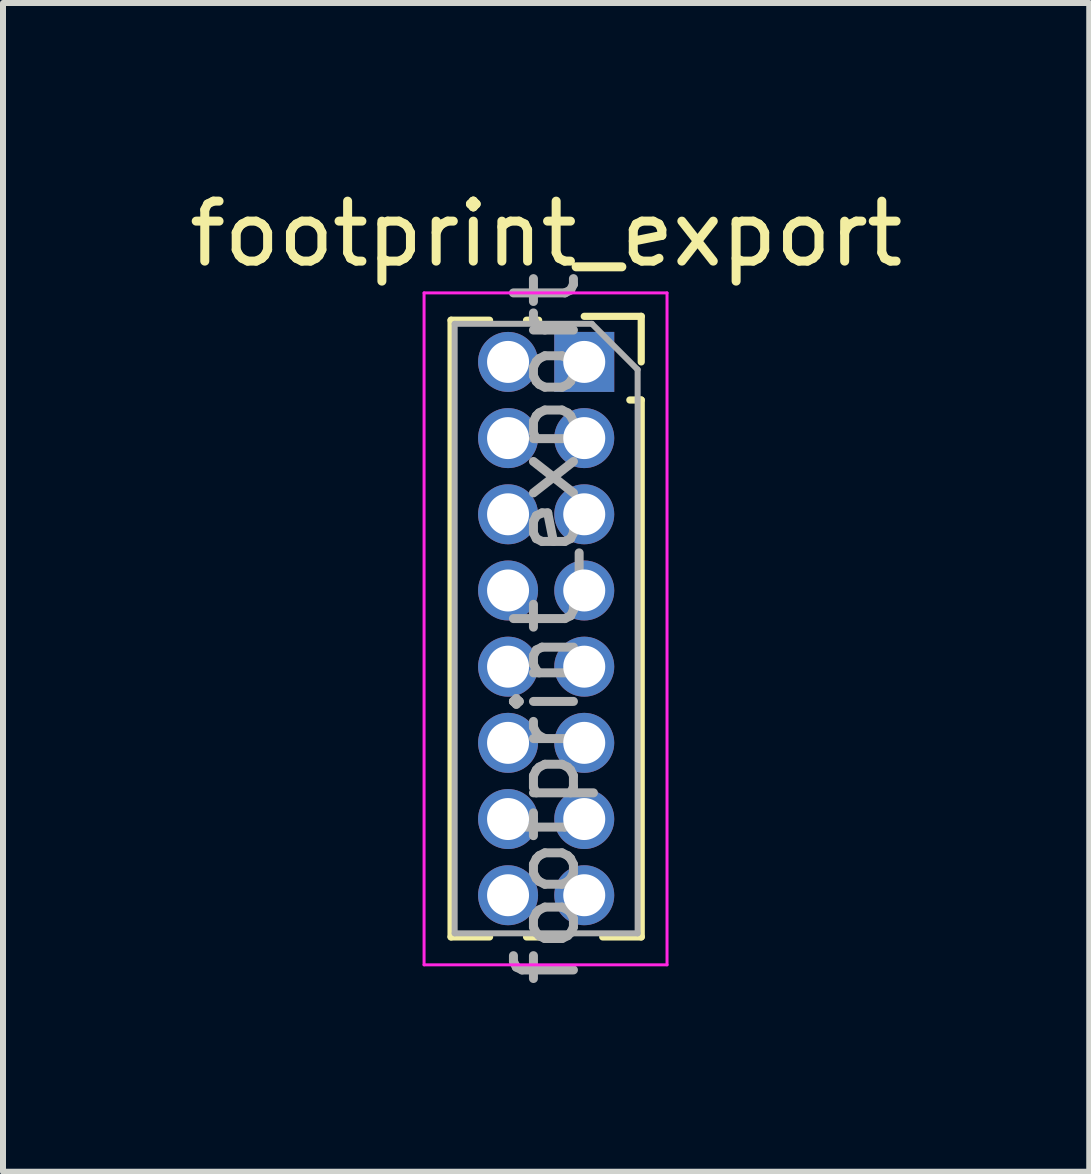
<source format=kicad_pcb>
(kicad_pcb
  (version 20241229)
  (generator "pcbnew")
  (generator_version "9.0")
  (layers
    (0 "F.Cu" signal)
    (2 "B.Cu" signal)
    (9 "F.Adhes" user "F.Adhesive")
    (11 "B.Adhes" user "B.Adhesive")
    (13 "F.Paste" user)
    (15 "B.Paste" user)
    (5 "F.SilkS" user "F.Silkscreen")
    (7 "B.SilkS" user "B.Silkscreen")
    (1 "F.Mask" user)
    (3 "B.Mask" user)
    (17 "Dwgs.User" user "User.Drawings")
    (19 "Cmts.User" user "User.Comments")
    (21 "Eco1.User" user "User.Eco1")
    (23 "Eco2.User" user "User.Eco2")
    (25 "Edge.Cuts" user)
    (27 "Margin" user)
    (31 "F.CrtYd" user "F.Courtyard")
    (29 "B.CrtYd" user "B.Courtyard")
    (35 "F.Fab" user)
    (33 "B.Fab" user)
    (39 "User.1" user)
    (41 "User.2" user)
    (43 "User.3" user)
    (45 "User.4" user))
  (footprint "footprint_export"
    (layer "F.Cu")
    (at 6.689 2.983)
    (property "Reference" "footprint_export" (at -0.635 -2.135 0) (layer "F.SilkS") (effects (font (size 1 1) (thickness 0.15))))
    (attr through_hole)
    (fp_line (start -2.22 -0.695) (end -2.22 9.585) (stroke (width 0.12) (type solid)) (layer "F.SilkS"))
    (fp_line (start -2.22 -0.695) (end -1.578 -0.695) (stroke (width 0.12) (type solid)) (layer "F.SilkS"))
    (fp_line (start -2.22 9.585) (end -1.578 9.585) (stroke (width 0.12) (type solid)) (layer "F.SilkS"))
    (fp_line (start -0.962 -0.695) (end -0.76 -0.695) (stroke (width 0.12) (type solid)) (layer "F.SilkS"))
    (fp_line (start -0.962 9.585) (end -0.308 9.585) (stroke (width 0.12) (type solid)) (layer "F.SilkS"))
    (fp_line (start 0 -0.76) (end 0.95 -0.76) (stroke (width 0.12) (type solid)) (layer "F.SilkS"))
    (fp_line (start 0.308 9.585) (end 0.95 9.585) (stroke (width 0.12) (type solid)) (layer "F.SilkS"))
    (fp_line (start 0.76 0.635) (end 0.95 0.635) (stroke (width 0.12) (type solid)) (layer "F.SilkS"))
    (fp_line (start 0.95 -0.76) (end 0.95 0) (stroke (width 0.12) (type solid)) (layer "F.SilkS"))
    (fp_line (start 0.95 0.635) (end 0.95 9.585) (stroke (width 0.12) (type solid)) (layer "F.SilkS"))
    (fp_line (start -2.67 -1.15) (end 1.38 -1.15) (stroke (width 0.05) (type solid)) (layer "F.CrtYd"))
    (fp_line (start -2.67 10.05) (end -2.67 -1.15) (stroke (width 0.05) (type solid)) (layer "F.CrtYd"))
    (fp_line (start 1.38 -1.15) (end 1.38 10.05) (stroke (width 0.05) (type solid)) (layer "F.CrtYd"))
    (fp_line (start 1.38 10.05) (end -2.67 10.05) (stroke (width 0.05) (type solid)) (layer "F.CrtYd"))
    (fp_line (start -2.16 -0.635) (end 0.128 -0.635) (stroke (width 0.1) (type solid)) (layer "F.Fab"))
    (fp_line (start -2.16 9.525) (end -2.16 -0.635) (stroke (width 0.1) (type solid)) (layer "F.Fab"))
    (fp_line (start 0.128 -0.635) (end 0.89 0.128) (stroke (width 0.1) (type solid)) (layer "F.Fab"))
    (fp_line (start 0.89 0.128) (end 0.89 9.525) (stroke (width 0.1) (type solid)) (layer "F.Fab"))
    (fp_line (start 0.89 9.525) (end -2.16 9.525) (stroke (width 0.1) (type solid)) (layer "F.Fab"))
    (fp_text user "${REFERENCE}" (at -0.635 4.445 90) (layer "F.Fab") (effects (font (size 1 1) (thickness 0.15))))
    (pad "1" thru_hole rect (at 0 0) (size 1 1) (drill 0.7) (layers "*.Cu" "*.Mask"))
    (pad "2" thru_hole oval (at -1.27 0) (size 1 1) (drill 0.7) (layers "*.Cu" "*.Mask"))
    (pad "3" thru_hole oval (at 0 1.27) (size 1 1) (drill 0.7) (layers "*.Cu" "*.Mask"))
    (pad "4" thru_hole oval (at -1.27 1.27) (size 1 1) (drill 0.7) (layers "*.Cu" "*.Mask"))
    (pad "5" thru_hole oval (at 0 2.54) (size 1 1) (drill 0.7) (layers "*.Cu" "*.Mask"))
    (pad "6" thru_hole oval (at -1.27 2.54) (size 1 1) (drill 0.7) (layers "*.Cu" "*.Mask"))
    (pad "7" thru_hole oval (at 0 3.81) (size 1 1) (drill 0.7) (layers "*.Cu" "*.Mask"))
    (pad "8" thru_hole oval (at -1.27 3.81) (size 1 1) (drill 0.7) (layers "*.Cu" "*.Mask"))
    (pad "9" thru_hole oval (at 0 5.08) (size 1 1) (drill 0.7) (layers "*.Cu" "*.Mask"))
    (pad "10" thru_hole oval (at -1.27 5.08) (size 1 1) (drill 0.7) (layers "*.Cu" "*.Mask"))
    (pad "11" thru_hole oval (at 0 6.35) (size 1 1) (drill 0.7) (layers "*.Cu" "*.Mask"))
    (pad "12" thru_hole oval (at -1.27 6.35) (size 1 1) (drill 0.7) (layers "*.Cu" "*.Mask"))
    (pad "13" thru_hole oval (at 0 7.62) (size 1 1) (drill 0.7) (layers "*.Cu" "*.Mask"))
    (pad "14" thru_hole oval (at -1.27 7.62) (size 1 1) (drill 0.7) (layers "*.Cu" "*.Mask"))
    (pad "15" thru_hole oval (at 0 8.89) (size 1 1) (drill 0.7) (layers "*.Cu" "*.Mask"))
    (pad "16" thru_hole oval (at -1.27 8.89) (size 1 1) (drill 0.7) (layers "*.Cu" "*.Mask")))
  (gr_rect
    (start -3 -3)
    (end 15.107 16.482)
    (stroke (width 0.1) (type default))
    (fill no)
    (layer "Edge.Cuts")))
</source>
